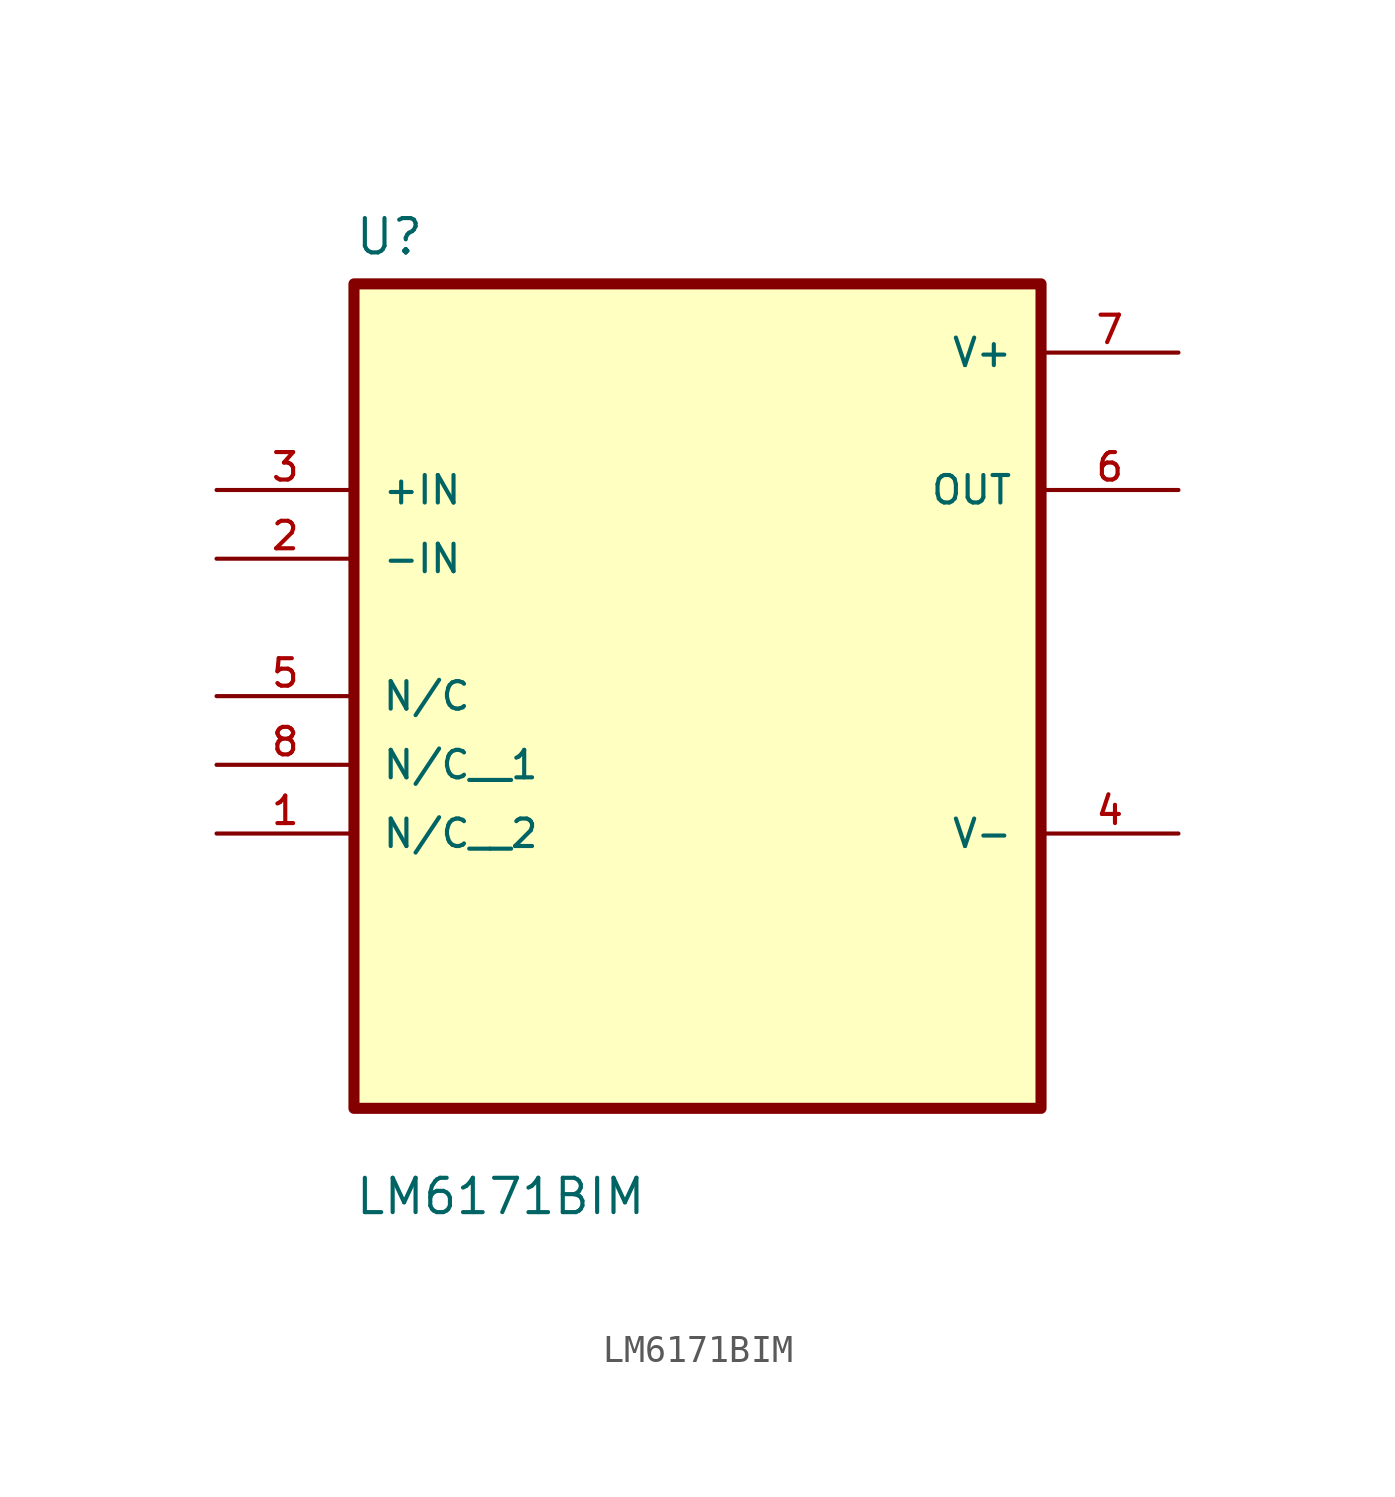
<source format=kicad_sym>
(kicad_symbol_lib
  (version 20211014)
  (generator kicad_symbol_editor)
  (symbol "LM6171BIM"
    (pin_names
      (offset 1.016))
    (property "Reference" "U"
      (at -12.7 13.7 0.0)
      (effects (font (size 1.27 1.27)) (justify bottom left)))
    (property "Value" "LM6171BIM"
      (at -12.7 -21.78 0.0)
      (effects (font (size 1.27 1.27)) (justify bottom left)))
    (symbol "LM6171BIM_0_0"
      (rectangle (start -12.7 -17.78) (end 12.7 12.7) (stroke (width 0.41)) (fill (type background)))
      (pin input line (at -17.78 5.08 0) (length 5.08) (name "+IN" (effects (font (size 1.016 1.016)))) (number "3" (effects (font (size 1.016 1.016)))))
      (pin input line (at -17.78 2.54 0) (length 5.08) (name "-IN" (effects (font (size 1.016 1.016)))) (number "2" (effects (font (size 1.016 1.016)))))
      (pin bidirectional line (at -17.78 -2.54 0) (length 5.08) (name "N/C" (effects (font (size 1.016 1.016)))) (number "5" (effects (font (size 1.016 1.016)))))
      (pin power_in line (at 17.78 10.16 180.0) (length 5.08) (name "V+" (effects (font (size 1.016 1.016)))) (number "7" (effects (font (size 1.016 1.016)))))
      (pin output line (at 17.78 5.08 180.0) (length 5.08) (name "OUT" (effects (font (size 1.016 1.016)))) (number "6" (effects (font (size 1.016 1.016)))))
      (pin power_in line (at 17.78 -7.62 180.0) (length 5.08) (name "V-" (effects (font (size 1.016 1.016)))) (number "4" (effects (font (size 1.016 1.016)))))
      (pin bidirectional line (at -17.78 -5.08 0) (length 5.08) (name "N/C__1" (effects (font (size 1.016 1.016)))) (number "8" (effects (font (size 1.016 1.016)))))
      (pin bidirectional line (at -17.78 -7.62 0) (length 5.08) (name "N/C__2" (effects (font (size 1.016 1.016)))) (number "1" (effects (font (size 1.016 1.016))))))))
</source>
